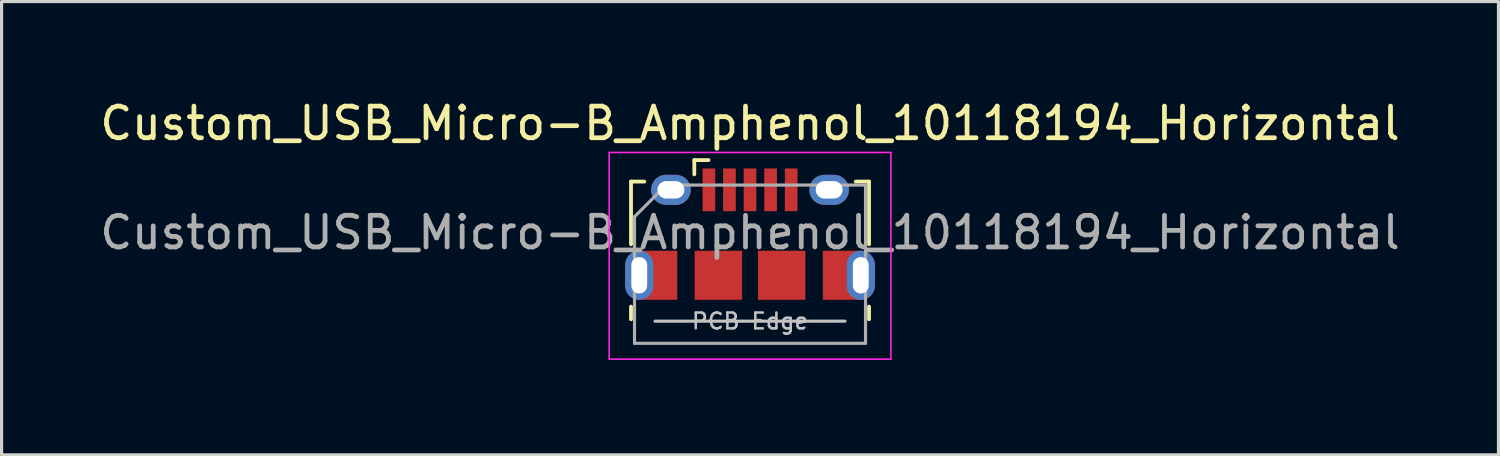
<source format=kicad_pcb>
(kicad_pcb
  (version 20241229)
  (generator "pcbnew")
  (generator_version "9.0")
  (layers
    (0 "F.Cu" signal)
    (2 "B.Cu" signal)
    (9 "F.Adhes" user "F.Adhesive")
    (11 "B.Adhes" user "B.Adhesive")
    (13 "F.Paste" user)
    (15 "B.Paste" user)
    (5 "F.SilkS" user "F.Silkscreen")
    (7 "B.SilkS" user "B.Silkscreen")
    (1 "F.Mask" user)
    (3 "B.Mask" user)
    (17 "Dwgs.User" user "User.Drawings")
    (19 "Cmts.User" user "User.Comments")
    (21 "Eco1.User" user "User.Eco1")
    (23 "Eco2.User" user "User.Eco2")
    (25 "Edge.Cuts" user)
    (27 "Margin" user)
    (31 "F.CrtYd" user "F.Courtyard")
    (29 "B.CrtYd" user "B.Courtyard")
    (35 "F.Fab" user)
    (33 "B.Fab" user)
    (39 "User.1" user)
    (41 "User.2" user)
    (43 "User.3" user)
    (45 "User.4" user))
  (footprint "Custom_USB_Micro-B_Amphenol_10118194_Horizontal"
    (layer "F.Cu")
    (at 20.649 4.348)
    (property "Reference" "Custom_USB_Micro-B_Amphenol_10118194_Horizontal" (at 0 -3.5 0) (layer "F.SilkS") (effects (font (size 1 1) (thickness 0.15))))
    (attr smd)
    (fp_line (start -3.76 -1.66) (end -3.34 -1.66) (stroke (width 0.12) (type solid)) (layer "F.SilkS"))
    (fp_line (start -3.76 0.32) (end -3.76 -1.66) (stroke (width 0.12) (type solid)) (layer "F.SilkS"))
    (fp_line (start -3.76 2.69) (end -3.76 2.29) (stroke (width 0.12) (type solid)) (layer "F.SilkS"))
    (fp_line (start -1.76 -1.89) (end -1.76 -2.34) (stroke (width 0.12) (type solid)) (layer "F.SilkS"))
    (fp_line (start -1.31 -2.34) (end -1.76 -2.34) (stroke (width 0.12) (type solid)) (layer "F.SilkS"))
    (fp_line (start 3.76 -1.66) (end 3.34 -1.66) (stroke (width 0.12) (type solid)) (layer "F.SilkS"))
    (fp_line (start 3.76 0.32) (end 3.76 -1.66) (stroke (width 0.12) (type solid)) (layer "F.SilkS"))
    (fp_line (start 3.76 2.29) (end 3.76 2.69) (stroke (width 0.12) (type solid)) (layer "F.SilkS"))
    (fp_line (start 3 2.75) (end -3 2.75) (stroke (width 0.1) (type solid)) (layer "Dwgs.User"))
    (fp_line (start -4.45 -2.58) (end -4.45 3.95) (stroke (width 0.05) (type solid)) (layer "F.CrtYd"))
    (fp_line (start -4.45 -2.58) (end 4.45 -2.58) (stroke (width 0.05) (type solid)) (layer "F.CrtYd"))
    (fp_line (start -4.45 3.95) (end 4.45 3.95) (stroke (width 0.05) (type solid)) (layer "F.CrtYd"))
    (fp_line (start 4.45 -2.58) (end 4.45 3.95) (stroke (width 0.05) (type solid)) (layer "F.CrtYd"))
    (fp_line (start -3.65 -0.55) (end -2.65 -1.55) (stroke (width 0.1) (type solid)) (layer "F.Fab"))
    (fp_line (start -3.65 3.45) (end -3.65 -0.55) (stroke (width 0.1) (type solid)) (layer "F.Fab"))
    (fp_line (start -2.65 -1.55) (end 3.65 -1.55) (stroke (width 0.1) (type solid)) (layer "F.Fab"))
    (fp_line (start 3.65 -1.55) (end 3.65 3.45) (stroke (width 0.1) (type solid)) (layer "F.Fab"))
    (fp_line (start 3.65 3.45) (end -3.65 3.45) (stroke (width 0.1) (type solid)) (layer "F.Fab"))
    (fp_text user "PCB Edge" (at 0 2.75 0) (layer "Dwgs.User") (effects (font (size 0.5 0.5) (thickness 0.08))))
    (fp_text user "${REFERENCE}" (at 0 -0.05 0) (layer "F.Fab") (effects (font (size 1 1) (thickness 0.15))))
    (pad "" smd oval (at -3.5 1.3) (size 0.89 1.55) (layers "F.Paste"))
    (pad "" smd oval (at -2.5 -1.4) (size 1.25 0.95) (layers "F.Paste"))
    (pad "" smd oval (at 2.5 -1.4) (size 1.25 0.95) (layers "F.Paste"))
    (pad "" smd oval (at 3.5 1.3) (size 0.89 1.55) (layers "F.Paste"))
    (pad "1" smd rect (at -1.3 -1.4) (size 0.4 1.35) (layers "F.Cu" "F.Mask" "F.Paste"))
    (pad "2" smd rect (at -0.65 -1.4) (size 0.4 1.35) (layers "F.Cu" "F.Mask" "F.Paste"))
    (pad "3" smd rect (at 0 -1.4) (size 0.4 1.35) (layers "F.Cu" "F.Mask" "F.Paste"))
    (pad "4" smd rect (at 0.65 -1.4) (size 0.4 1.35) (layers "F.Cu" "F.Mask" "F.Paste"))
    (pad "5" smd rect (at 1.3 -1.4) (size 0.4 1.35) (layers "F.Cu" "F.Mask" "F.Paste"))
    (pad "6" thru_hole oval (at -3.5 1.3) (size 0.89 1.55) (drill oval 0.5 1.15) (layers "*.Cu" "*.Mask"))
    (pad "6" smd rect (at -2.9 1.3) (size 1.2 1.55) (layers "F.Cu" "F.Mask" "F.Paste"))
    (pad "6" thru_hole oval (at -2.5 -1.4) (size 1.25 0.95) (drill oval 0.85 0.55) (layers "*.Cu" "*.Mask"))
    (pad "6" smd rect (at -1 1.3) (size 1.5 1.55) (layers "F.Cu" "F.Mask" "F.Paste"))
    (pad "6" smd rect (at 1 1.3) (size 1.5 1.55) (layers "F.Cu" "F.Mask" "F.Paste"))
    (pad "6" thru_hole oval (at 2.5 -1.4) (size 1.25 0.95) (drill oval 0.85 0.55) (layers "*.Cu" "*.Mask"))
    (pad "6" smd rect (at 2.9 1.3) (size 1.2 1.55) (layers "F.Cu" "F.Mask" "F.Paste"))
    (pad "6" thru_hole oval (at 3.5 1.3) (size 0.89 1.55) (drill oval 0.5 1.15) (layers "*.Cu" "*.Mask")))
  (gr_rect
    (start -3 -3)
    (end 44.298 11.323)
    (stroke (width 0.1) (type default))
    (fill no)
    (layer "Edge.Cuts")))
</source>
